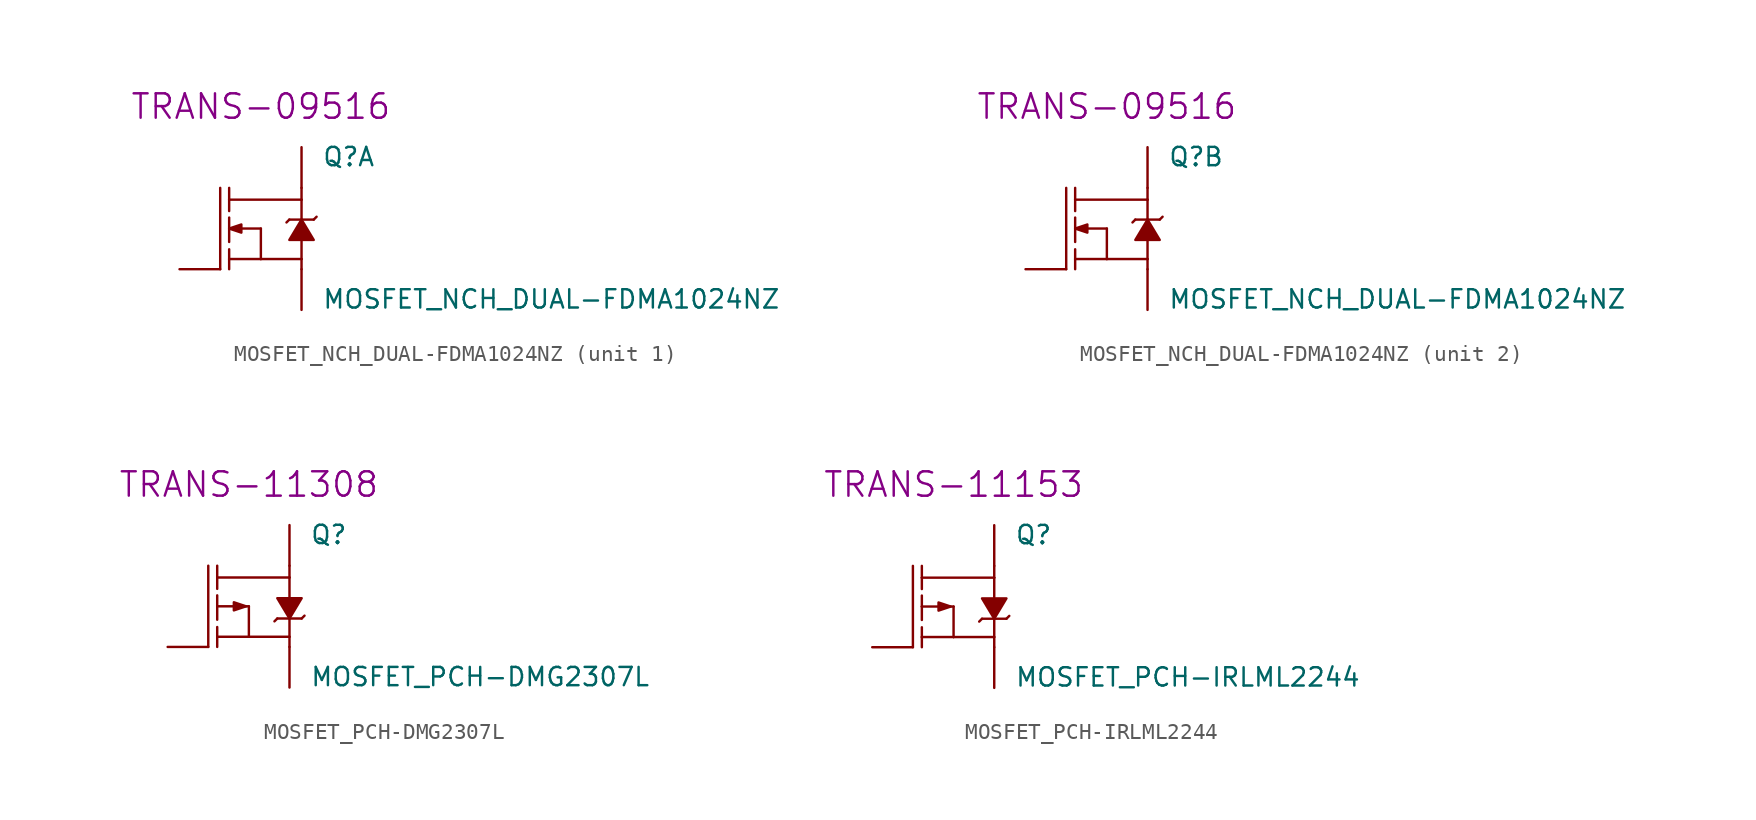
<source format=kicad_sym>
(kicad_symbol_lib
  (version 20201005)
  (generator kicad_symbol_editor)
  (symbol "MOSFET_NCH_DUAL-FDMA1024NZ"
    (pin_numbers hide)
    (pin_names
      (offset 1.016) hide)
    (property "Reference" "Q"
      (at 3.81 3.81 0)
      (effects (font (size 1.143 1.143)) (justify left bottom)))
    (property "Value" "MOSFET_NCH_DUAL-FDMA1024NZ"
      (at 3.81 -5.08 0)
      (effects (font (size 1.143 1.143)) (justify left bottom)))
    (property "Field4" "TRANS-09516"
      (at 0 7.62 0)
      (effects (font (size 1.524 1.524))))
    (property "ki_locked" ""
      (at 0 0 0)
      (effects (font (size 1.27 1.27))))
    (symbol "MOSFET_NCH_DUAL-FDMA1024NZ_1_0"
      (polyline (pts (xy -2.54 -2.54) (xy -2.54 2.54)) (stroke (width 0)) (fill (type none)))
      (polyline (pts (xy -1.981 -1.905) (xy -1.981 -2.54)) (stroke (width 0)) (fill (type none)))
      (polyline (pts (xy -1.981 -1.905) (xy 0 -1.905)) (stroke (width 0)) (fill (type none)))
      (polyline (pts (xy -1.981 -1.295) (xy -1.981 -1.905)) (stroke (width 0)) (fill (type none)))
      (polyline (pts (xy -1.981 0.686) (xy -1.981 -0.838)) (stroke (width 0)) (fill (type none)))
      (polyline (pts (xy -1.981 1.803) (xy -1.981 1.092)) (stroke (width 0)) (fill (type none)))
      (polyline (pts (xy -1.981 1.803) (xy 2.54 1.803)) (stroke (width 0)) (fill (type none)))
      (polyline (pts (xy -1.981 2.54) (xy -1.981 1.803)) (stroke (width 0)) (fill (type none)))
      (polyline (pts (xy 0 -1.905) (xy 0 0)) (stroke (width 0)) (fill (type none)))
      (polyline (pts (xy 0 0) (xy -1.219 0)) (stroke (width 0)) (fill (type none)))
      (polyline (pts (xy 1.6 0.381) (xy 1.778 0.559)) (stroke (width 0)) (fill (type none)))
      (polyline (pts (xy 2.54 -2.54) (xy 2.54 -1.905)) (stroke (width 0)) (fill (type none)))
      (polyline (pts (xy 2.54 -1.905) (xy 0 -1.905)) (stroke (width 0)) (fill (type none)))
      (polyline (pts (xy 2.54 -0.711) (xy 2.54 -1.905)) (stroke (width 0)) (fill (type none)))
      (polyline (pts (xy 2.54 0.559) (xy 1.778 0.559)) (stroke (width 0)) (fill (type none)))
      (polyline (pts (xy 2.54 0.559) (xy 3.302 0.559)) (stroke (width 0)) (fill (type none)))
      (polyline (pts (xy 2.54 1.803) (xy 2.54 0.559)) (stroke (width 0)) (fill (type none)))
      (polyline (pts (xy 2.54 2.54) (xy 2.54 1.803)) (stroke (width 0)) (fill (type none)))
      (polyline (pts (xy 3.302 0.559) (xy 3.48 0.737)) (stroke (width 0)) (fill (type none))))
    (symbol "MOSFET_NCH_DUAL-FDMA1024NZ_1_1"
      (polyline (pts (xy -1.981 0) (xy -1.219 0.254) (xy -1.219 0.254) (xy -1.219 -0.254) (xy -1.219 -0.254) (xy -1.981 0)) (stroke (width 0)) (fill (type outline)))
      (polyline (pts (xy 1.778 -0.711) (xy 2.54 0.559) (xy 2.54 0.559) (xy 3.302 -0.711) (xy 3.302 -0.711) (xy 1.778 -0.711)) (stroke (width 0)) (fill (type outline)))
      (pin bidirectional line (at 2.54 5.08 270) (length 2.54) (name "D" (effects (font (size 1.016 1.016)))) (number "D1" (effects (font (size 1.016 1.016)))))
      (pin bidirectional line (at -5.08 -2.54 0) (length 2.54) (name "G" (effects (font (size 1.016 1.016)))) (number "G1" (effects (font (size 1.016 1.016)))))
      (pin bidirectional line (at 2.54 -5.08 90) (length 2.54) (name "S" (effects (font (size 1.016 1.016)))) (number "S1" (effects (font (size 1.016 1.016)))))
      (pin bidirectional line (at 2.54 5.08 270) (length 2.54) hide (name "D" (effects (font (size 1.016 1.016)))) (number "D1_2" (effects (font (size 1.016 1.016))))))
    (symbol "MOSFET_NCH_DUAL-FDMA1024NZ_2_0"
      (polyline (pts (xy -2.54 -2.54) (xy -2.54 2.54)) (stroke (width 0)) (fill (type none)))
      (polyline (pts (xy -1.981 -1.905) (xy -1.981 -2.54)) (stroke (width 0)) (fill (type none)))
      (polyline (pts (xy -1.981 -1.905) (xy 0 -1.905)) (stroke (width 0)) (fill (type none)))
      (polyline (pts (xy -1.981 -1.295) (xy -1.981 -1.905)) (stroke (width 0)) (fill (type none)))
      (polyline (pts (xy -1.981 0.686) (xy -1.981 -0.838)) (stroke (width 0)) (fill (type none)))
      (polyline (pts (xy -1.981 1.803) (xy -1.981 1.092)) (stroke (width 0)) (fill (type none)))
      (polyline (pts (xy -1.981 1.803) (xy 2.54 1.803)) (stroke (width 0)) (fill (type none)))
      (polyline (pts (xy -1.981 2.54) (xy -1.981 1.803)) (stroke (width 0)) (fill (type none)))
      (polyline (pts (xy 0 -1.905) (xy 0 0)) (stroke (width 0)) (fill (type none)))
      (polyline (pts (xy 0 0) (xy -1.219 0)) (stroke (width 0)) (fill (type none)))
      (polyline (pts (xy 1.6 0.381) (xy 1.778 0.559)) (stroke (width 0)) (fill (type none)))
      (polyline (pts (xy 2.54 -2.54) (xy 2.54 -1.905)) (stroke (width 0)) (fill (type none)))
      (polyline (pts (xy 2.54 -1.905) (xy 0 -1.905)) (stroke (width 0)) (fill (type none)))
      (polyline (pts (xy 2.54 -0.711) (xy 2.54 -1.905)) (stroke (width 0)) (fill (type none)))
      (polyline (pts (xy 2.54 0.559) (xy 1.778 0.559)) (stroke (width 0)) (fill (type none)))
      (polyline (pts (xy 2.54 0.559) (xy 3.302 0.559)) (stroke (width 0)) (fill (type none)))
      (polyline (pts (xy 2.54 1.803) (xy 2.54 0.559)) (stroke (width 0)) (fill (type none)))
      (polyline (pts (xy 2.54 2.54) (xy 2.54 1.803)) (stroke (width 0)) (fill (type none)))
      (polyline (pts (xy 3.302 0.559) (xy 3.48 0.737)) (stroke (width 0)) (fill (type none))))
    (symbol "MOSFET_NCH_DUAL-FDMA1024NZ_2_1"
      (polyline (pts (xy -1.981 0) (xy -1.219 0.254) (xy -1.219 0.254) (xy -1.219 -0.254) (xy -1.219 -0.254) (xy -1.981 0)) (stroke (width 0)) (fill (type outline)))
      (polyline (pts (xy 1.778 -0.711) (xy 2.54 0.559) (xy 2.54 0.559) (xy 3.302 -0.711) (xy 3.302 -0.711) (xy 1.778 -0.711)) (stroke (width 0)) (fill (type outline)))
      (pin bidirectional line (at 2.54 5.08 270) (length 2.54) (name "D" (effects (font (size 1.016 1.016)))) (number "D2" (effects (font (size 1.016 1.016)))))
      (pin bidirectional line (at -5.08 -2.54 0) (length 2.54) (name "G" (effects (font (size 1.016 1.016)))) (number "G2" (effects (font (size 1.016 1.016)))))
      (pin bidirectional line (at 2.54 -5.08 90) (length 2.54) (name "S" (effects (font (size 1.016 1.016)))) (number "S2" (effects (font (size 1.016 1.016)))))
      (pin bidirectional line (at 2.54 5.08 270) (length 2.54) hide (name "D" (effects (font (size 1.016 1.016)))) (number "D2_2" (effects (font (size 1.016 1.016)))))))
  (symbol "MOSFET_PCH-DMG2307L"
    (pin_numbers hide)
    (pin_names
      (offset 1.016) hide)
    (property "Reference" "Q"
      (at 3.81 3.81 0)
      (effects (font (size 1.143 1.143)) (justify left bottom)))
    (property "Value" "MOSFET_PCH-DMG2307L"
      (at 3.81 -5.08 0)
      (effects (font (size 1.143 1.143)) (justify left bottom)))
    (property "Field4" "TRANS-11308"
      (at 0 7.62 0)
      (effects (font (size 1.524 1.524))))
    (property "ki_locked" ""
      (at 0 0 0)
      (effects (font (size 1.27 1.27))))
    (symbol "MOSFET_PCH-DMG2307L_1_0"
      (polyline (pts (xy -2.54 -2.54) (xy -2.54 2.54)) (stroke (width 0)) (fill (type none)))
      (polyline (pts (xy -1.981 -1.905) (xy -1.981 -2.54)) (stroke (width 0)) (fill (type none)))
      (polyline (pts (xy -1.981 -1.905) (xy 0 -1.905)) (stroke (width 0)) (fill (type none)))
      (polyline (pts (xy -1.981 -1.295) (xy -1.981 -1.905)) (stroke (width 0)) (fill (type none)))
      (polyline (pts (xy -1.981 0) (xy -1.981 -0.838)) (stroke (width 0)) (fill (type none)))
      (polyline (pts (xy -1.981 0.686) (xy -1.981 0)) (stroke (width 0)) (fill (type none)))
      (polyline (pts (xy -1.981 1.803) (xy -1.981 1.092)) (stroke (width 0)) (fill (type none)))
      (polyline (pts (xy -1.981 1.803) (xy 2.54 1.803)) (stroke (width 0)) (fill (type none)))
      (polyline (pts (xy -1.981 2.54) (xy -1.981 1.803)) (stroke (width 0)) (fill (type none)))
      (polyline (pts (xy 0 -1.905) (xy 0 0)) (stroke (width 0)) (fill (type none)))
      (polyline (pts (xy 0 0) (xy -1.981 0)) (stroke (width 0)) (fill (type none)))
      (polyline (pts (xy 1.778 -0.762) (xy 1.6 -0.94)) (stroke (width 0)) (fill (type none)))
      (polyline (pts (xy 1.778 -0.762) (xy 3.302 -0.762)) (stroke (width 0)) (fill (type none)))
      (polyline (pts (xy 2.54 -2.54) (xy 2.54 -1.905)) (stroke (width 0)) (fill (type none)))
      (polyline (pts (xy 2.54 -1.905) (xy 0 -1.905)) (stroke (width 0)) (fill (type none)))
      (polyline (pts (xy 2.54 -1.905) (xy 2.54 -0.787)) (stroke (width 0)) (fill (type none)))
      (polyline (pts (xy 2.54 1.803) (xy 2.54 0.584)) (stroke (width 0)) (fill (type none)))
      (polyline (pts (xy 2.54 2.54) (xy 2.54 1.803)) (stroke (width 0)) (fill (type none)))
      (polyline (pts (xy 3.48 -0.584) (xy 3.302 -0.762)) (stroke (width 0)) (fill (type none))))
    (symbol "MOSFET_PCH-DMG2307L_1_1"
      (polyline (pts (xy -0.178 0) (xy -0.94 -0.254) (xy -0.94 -0.254) (xy -0.94 0.254) (xy -0.94 0.254) (xy -0.178 0)) (stroke (width 0)) (fill (type outline)))
      (polyline (pts (xy 3.302 0.508) (xy 2.54 -0.762) (xy 2.54 -0.762) (xy 1.778 0.508) (xy 1.778 0.508) (xy 3.302 0.508)) (stroke (width 0)) (fill (type outline)))
      (pin bidirectional line (at -5.08 -2.54 0) (length 2.54) (name "G" (effects (font (size 1.016 1.016)))) (number "1" (effects (font (size 1.016 1.016)))))
      (pin bidirectional line (at 2.54 -5.08 90) (length 2.54) (name "S" (effects (font (size 1.016 1.016)))) (number "2" (effects (font (size 1.016 1.016)))))
      (pin bidirectional line (at 2.54 5.08 270) (length 2.54) (name "D" (effects (font (size 1.016 1.016)))) (number "3" (effects (font (size 1.016 1.016)))))))
  (symbol "MOSFET_PCH-IRLML2244"
    (pin_numbers hide)
    (pin_names
      (offset 1.016) hide)
    (property "Reference" "Q"
      (at 3.81 3.81 0)
      (effects (font (size 1.143 1.143)) (justify left bottom)))
    (property "Value" "MOSFET_PCH-IRLML2244"
      (at 3.81 -5.08 0)
      (effects (font (size 1.143 1.143)) (justify left bottom)))
    (property "Field4" "TRANS-11153"
      (at 0 7.62 0)
      (effects (font (size 1.524 1.524))))
    (property "ki_locked" ""
      (at 0 0 0)
      (effects (font (size 1.27 1.27))))
    (symbol "MOSFET_PCH-IRLML2244_1_0"
      (polyline (pts (xy -2.54 -2.54) (xy -2.54 2.54)) (stroke (width 0)) (fill (type none)))
      (polyline (pts (xy -1.981 -1.905) (xy -1.981 -2.54)) (stroke (width 0)) (fill (type none)))
      (polyline (pts (xy -1.981 -1.905) (xy 0 -1.905)) (stroke (width 0)) (fill (type none)))
      (polyline (pts (xy -1.981 -1.295) (xy -1.981 -1.905)) (stroke (width 0)) (fill (type none)))
      (polyline (pts (xy -1.981 0) (xy -1.981 -0.838)) (stroke (width 0)) (fill (type none)))
      (polyline (pts (xy -1.981 0.686) (xy -1.981 0)) (stroke (width 0)) (fill (type none)))
      (polyline (pts (xy -1.981 1.803) (xy -1.981 1.092)) (stroke (width 0)) (fill (type none)))
      (polyline (pts (xy -1.981 1.803) (xy 2.54 1.803)) (stroke (width 0)) (fill (type none)))
      (polyline (pts (xy -1.981 2.54) (xy -1.981 1.803)) (stroke (width 0)) (fill (type none)))
      (polyline (pts (xy 0 -1.905) (xy 0 0)) (stroke (width 0)) (fill (type none)))
      (polyline (pts (xy 0 0) (xy -1.981 0)) (stroke (width 0)) (fill (type none)))
      (polyline (pts (xy 1.778 -0.762) (xy 1.6 -0.94)) (stroke (width 0)) (fill (type none)))
      (polyline (pts (xy 1.778 -0.762) (xy 3.302 -0.762)) (stroke (width 0)) (fill (type none)))
      (polyline (pts (xy 2.54 -2.54) (xy 2.54 -1.905)) (stroke (width 0)) (fill (type none)))
      (polyline (pts (xy 2.54 -1.905) (xy 0 -1.905)) (stroke (width 0)) (fill (type none)))
      (polyline (pts (xy 2.54 -1.905) (xy 2.54 -0.787)) (stroke (width 0)) (fill (type none)))
      (polyline (pts (xy 2.54 1.803) (xy 2.54 0.584)) (stroke (width 0)) (fill (type none)))
      (polyline (pts (xy 2.54 2.54) (xy 2.54 1.803)) (stroke (width 0)) (fill (type none)))
      (polyline (pts (xy 3.48 -0.584) (xy 3.302 -0.762)) (stroke (width 0)) (fill (type none))))
    (symbol "MOSFET_PCH-IRLML2244_1_1"
      (polyline (pts (xy -0.178 0) (xy -0.94 -0.254) (xy -0.94 -0.254) (xy -0.94 0.254) (xy -0.94 0.254) (xy -0.178 0)) (stroke (width 0)) (fill (type outline)))
      (polyline (pts (xy 3.302 0.508) (xy 2.54 -0.762) (xy 2.54 -0.762) (xy 1.778 0.508) (xy 1.778 0.508) (xy 3.302 0.508)) (stroke (width 0)) (fill (type outline)))
      (pin bidirectional line (at -5.08 -2.54 0) (length 2.54) (name "G" (effects (font (size 1.016 1.016)))) (number "1" (effects (font (size 1.016 1.016)))))
      (pin bidirectional line (at 2.54 -5.08 90) (length 2.54) (name "S" (effects (font (size 1.016 1.016)))) (number "2" (effects (font (size 1.016 1.016)))))
      (pin bidirectional line (at 2.54 5.08 270) (length 2.54) (name "D" (effects (font (size 1.016 1.016)))) (number "3" (effects (font (size 1.016 1.016))))))))
</source>
